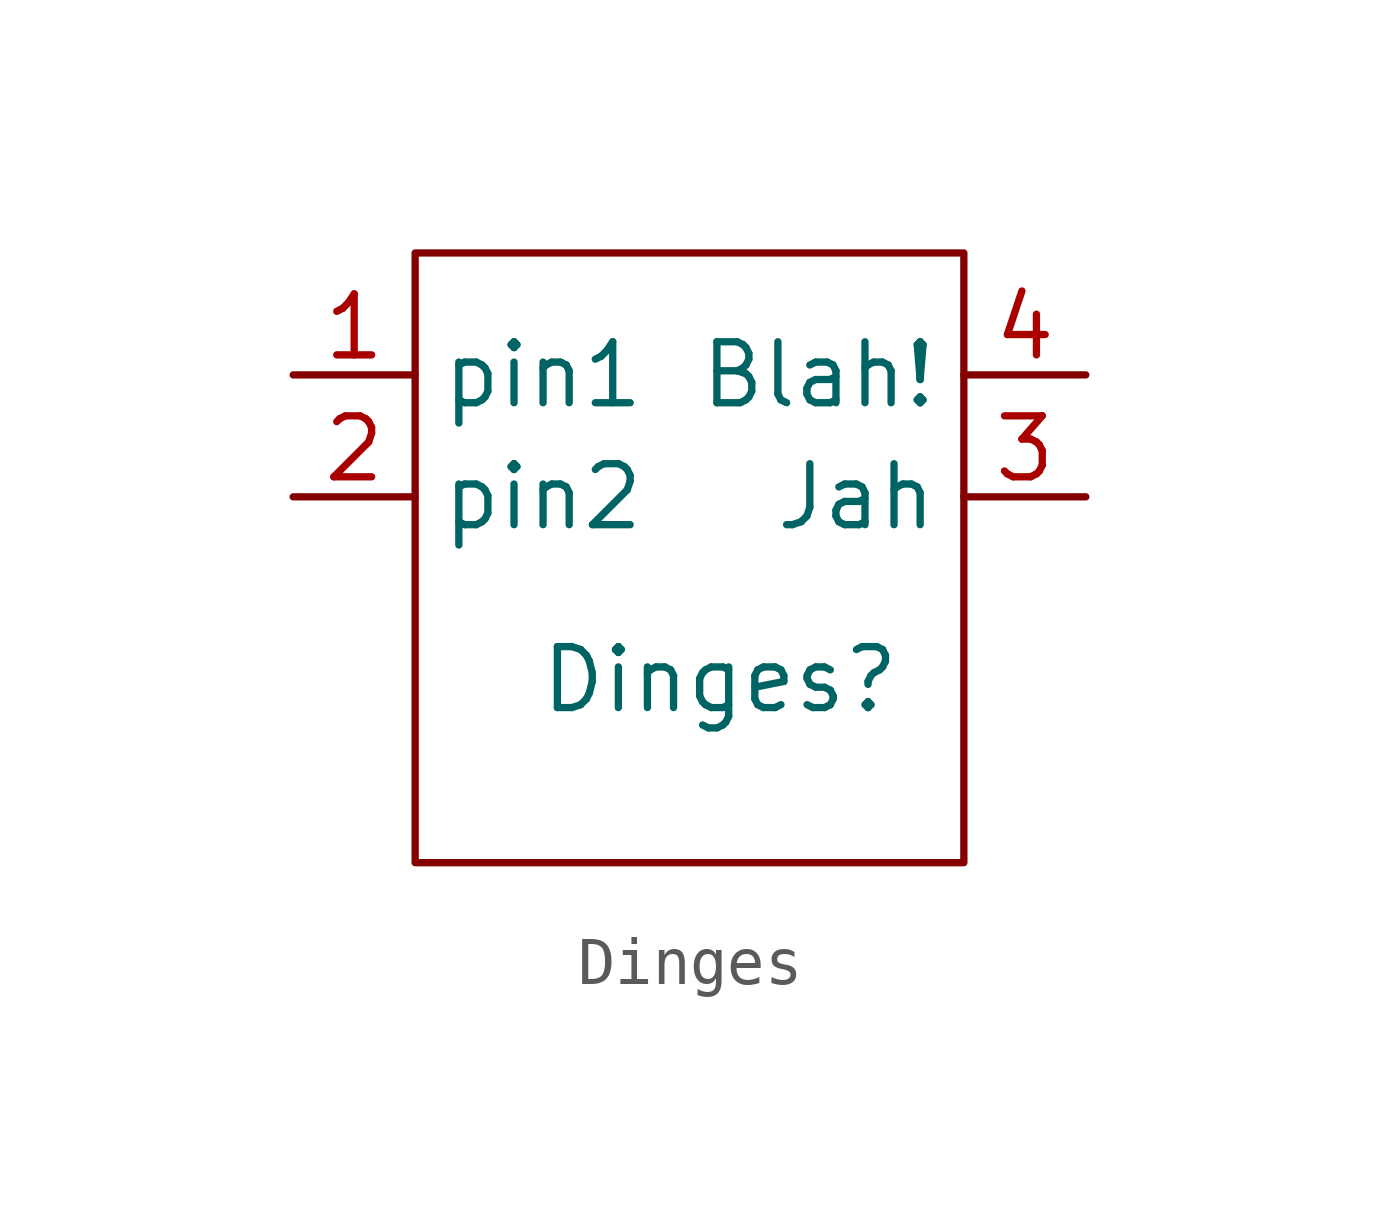
<source format=kicad_sym>
(kicad_symbol_lib
  (version 20220914)
  (generator kicad_symbol_editor)
  (symbol "Dinges"
    (property "Reference" "Dinges"
      (at 3.81 -2.54 0)
      (effects (font (size 1.27 1.27))))
    (property "Value" ""
      (at 2.54 -5.08 0)
      (effects (font (size 1.27 1.27))))
    (symbol "Dinges_0_1"
      (rectangle (start -2.54 6.35) (end 8.89 -6.35) (stroke (width 0) (type default)) (fill (type none))))
    (symbol "Dinges_1_1"
      (pin input line (at -5.08 3.81 0) (length 2.54) (name "pin1" (effects (font (size 1.27 1.27)))) (number "1" (effects (font (size 1.27 1.27)))))
      (pin input line (at -5.08 1.27 0) (length 2.54) (name "pin2" (effects (font (size 1.27 1.27)))) (number "2" (effects (font (size 1.27 1.27)))))
      (pin free line (at 11.43 1.27 180) (length 2.54) (name "Jah" (effects (font (size 1.27 1.27)))) (number "3" (effects (font (size 1.27 1.27)))))
      (pin input line (at 11.43 3.81 180) (length 2.54) (name "Blah!" (effects (font (size 1.27 1.27)))) (number "4" (effects (font (size 1.27 1.27))))))))
</source>
